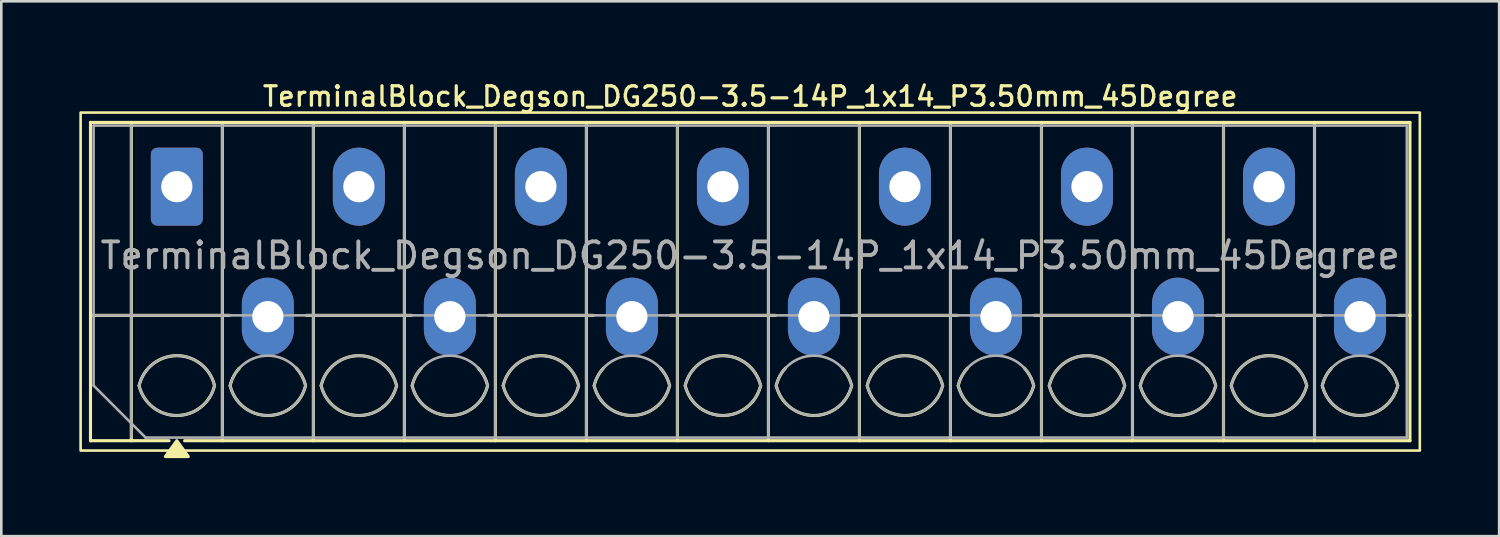
<source format=kicad_pcb>
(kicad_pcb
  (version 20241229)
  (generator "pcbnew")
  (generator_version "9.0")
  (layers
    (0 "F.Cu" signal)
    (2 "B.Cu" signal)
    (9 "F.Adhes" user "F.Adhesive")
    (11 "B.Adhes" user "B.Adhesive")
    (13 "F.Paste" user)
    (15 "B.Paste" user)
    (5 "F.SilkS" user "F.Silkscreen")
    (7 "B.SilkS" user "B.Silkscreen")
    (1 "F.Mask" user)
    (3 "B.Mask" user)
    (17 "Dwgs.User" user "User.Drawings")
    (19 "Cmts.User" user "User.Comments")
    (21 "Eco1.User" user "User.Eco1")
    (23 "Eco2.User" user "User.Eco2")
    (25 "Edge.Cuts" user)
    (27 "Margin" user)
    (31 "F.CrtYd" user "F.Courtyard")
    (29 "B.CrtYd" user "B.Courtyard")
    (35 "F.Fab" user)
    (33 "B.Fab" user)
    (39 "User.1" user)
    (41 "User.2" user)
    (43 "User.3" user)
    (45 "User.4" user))
  (footprint "TerminalBlock_Degson_DG250-3.5-14P_1x14_P3.50mm_45Degree"
    (layer "F.Cu")
    (at 3.75 4.128)
    (property "Reference" "TerminalBlock_Degson_DG250-3.5-14P_1x14_P3.50mm_45Degree" (at 22.05 -3.47 0) (layer "F.SilkS") (effects (font (size 0.75 0.75) (thickness 0.125))))
    (attr through_hole)
    (fp_line (start -3.32 -2.47) (end 47.42 -2.47) (stroke (width 0.12) (type solid)) (layer "F.SilkS"))
    (fp_line (start -3.32 4.95) (end 2.02 4.95) (stroke (width 0.12) (type solid)) (layer "F.SilkS"))
    (fp_line (start -3.32 9.77) (end -3.32 -2.47) (stroke (width 0.12) (type solid)) (layer "F.SilkS"))
    (fp_line (start -1.75 -2.47) (end -1.75 9.77) (stroke (width 0.12) (type solid)) (layer "F.SilkS"))
    (fp_line (start -0.3 9.77) (end -3.32 9.77) (stroke (width 0.12) (type solid)) (layer "F.SilkS"))
    (fp_line (start 1.75 -2.47) (end 1.75 9.77) (stroke (width 0.12) (type solid)) (layer "F.SilkS"))
    (fp_line (start 4.98 4.95) (end 9.02 4.95) (stroke (width 0.12) (type solid)) (layer "F.SilkS"))
    (fp_line (start 5.25 -2.47) (end 5.25 9.77) (stroke (width 0.12) (type solid)) (layer "F.SilkS"))
    (fp_line (start 8.75 -2.47) (end 8.75 9.77) (stroke (width 0.12) (type solid)) (layer "F.SilkS"))
    (fp_line (start 11.98 4.95) (end 16.02 4.95) (stroke (width 0.12) (type solid)) (layer "F.SilkS"))
    (fp_line (start 12.25 -2.47) (end 12.25 9.77) (stroke (width 0.12) (type solid)) (layer "F.SilkS"))
    (fp_line (start 15.75 -2.47) (end 15.75 9.77) (stroke (width 0.12) (type solid)) (layer "F.SilkS"))
    (fp_line (start 18.98 4.95) (end 23.02 4.95) (stroke (width 0.12) (type solid)) (layer "F.SilkS"))
    (fp_line (start 19.25 -2.47) (end 19.25 9.77) (stroke (width 0.12) (type solid)) (layer "F.SilkS"))
    (fp_line (start 22.75 -2.47) (end 22.75 9.77) (stroke (width 0.12) (type solid)) (layer "F.SilkS"))
    (fp_line (start 25.98 4.95) (end 30.02 4.95) (stroke (width 0.12) (type solid)) (layer "F.SilkS"))
    (fp_line (start 26.25 -2.47) (end 26.25 9.77) (stroke (width 0.12) (type solid)) (layer "F.SilkS"))
    (fp_line (start 29.75 -2.47) (end 29.75 9.77) (stroke (width 0.12) (type solid)) (layer "F.SilkS"))
    (fp_line (start 32.98 4.95) (end 37.02 4.95) (stroke (width 0.12) (type solid)) (layer "F.SilkS"))
    (fp_line (start 33.25 -2.47) (end 33.25 9.77) (stroke (width 0.12) (type solid)) (layer "F.SilkS"))
    (fp_line (start 36.75 -2.47) (end 36.75 9.77) (stroke (width 0.12) (type solid)) (layer "F.SilkS"))
    (fp_line (start 39.98 4.95) (end 44.02 4.95) (stroke (width 0.12) (type solid)) (layer "F.SilkS"))
    (fp_line (start 40.25 -2.47) (end 40.25 9.77) (stroke (width 0.12) (type solid)) (layer "F.SilkS"))
    (fp_line (start 43.75 -2.47) (end 43.75 9.77) (stroke (width 0.12) (type solid)) (layer "F.SilkS"))
    (fp_line (start 46.98 4.95) (end 47.42 4.95) (stroke (width 0.12) (type solid)) (layer "F.SilkS"))
    (fp_line (start 47.42 -2.47) (end 47.42 9.77) (stroke (width 0.12) (type solid)) (layer "F.SilkS"))
    (fp_line (start 47.42 9.77) (end 0.3 9.77) (stroke (width 0.12) (type solid)) (layer "F.SilkS"))
    (fp_rect (start -3.7 -2.85) (end 47.8 10.15) (stroke (width 0.1) (type solid)) (fill no) (layer "F.SilkS"))
    (fp_arc (start -1.45 7.65) (mid 0 6.5) (end 1.45 7.65) (stroke (width 0.12) (type solid)) (layer "F.SilkS"))
    (fp_arc (start 1.45 7.65) (mid 0 8.8) (end -1.45 7.65) (stroke (width 0.12) (type solid)) (layer "F.SilkS"))
    (fp_arc (start 2.05 7.65) (mid 2.18402 7.291962) (end 2.405 6.98) (stroke (width 0.12) (type solid)) (layer "F.SilkS"))
    (fp_arc (start 4.595 6.98) (mid 4.81598 7.291962) (end 4.95 7.65) (stroke (width 0.12) (type solid)) (layer "F.SilkS"))
    (fp_arc (start 4.95 7.65) (mid 3.5 8.8) (end 2.05 7.65) (stroke (width 0.12) (type solid)) (layer "F.SilkS"))
    (fp_arc (start 5.55 7.65) (mid 7 6.5) (end 8.45 7.65) (stroke (width 0.12) (type solid)) (layer "F.SilkS"))
    (fp_arc (start 8.45 7.65) (mid 7 8.8) (end 5.55 7.65) (stroke (width 0.12) (type solid)) (layer "F.SilkS"))
    (fp_arc (start 9.05 7.65) (mid 9.18402 7.291962) (end 9.405 6.98) (stroke (width 0.12) (type solid)) (layer "F.SilkS"))
    (fp_arc (start 11.595 6.98) (mid 11.81598 7.291962) (end 11.95 7.65) (stroke (width 0.12) (type solid)) (layer "F.SilkS"))
    (fp_arc (start 11.95 7.65) (mid 10.5 8.8) (end 9.05 7.65) (stroke (width 0.12) (type solid)) (layer "F.SilkS"))
    (fp_arc (start 12.55 7.65) (mid 14 6.5) (end 15.45 7.65) (stroke (width 0.12) (type solid)) (layer "F.SilkS"))
    (fp_arc (start 15.45 7.65) (mid 14 8.8) (end 12.55 7.65) (stroke (width 0.12) (type solid)) (layer "F.SilkS"))
    (fp_arc (start 16.05 7.65) (mid 16.18402 7.291962) (end 16.405 6.98) (stroke (width 0.12) (type solid)) (layer "F.SilkS"))
    (fp_arc (start 18.595 6.98) (mid 18.81598 7.291962) (end 18.95 7.65) (stroke (width 0.12) (type solid)) (layer "F.SilkS"))
    (fp_arc (start 18.95 7.65) (mid 17.5 8.8) (end 16.05 7.65) (stroke (width 0.12) (type solid)) (layer "F.SilkS"))
    (fp_arc (start 19.55 7.65) (mid 21 6.5) (end 22.45 7.65) (stroke (width 0.12) (type solid)) (layer "F.SilkS"))
    (fp_arc (start 22.45 7.65) (mid 21 8.8) (end 19.55 7.65) (stroke (width 0.12) (type solid)) (layer "F.SilkS"))
    (fp_arc (start 23.05 7.65) (mid 23.18402 7.291962) (end 23.405 6.98) (stroke (width 0.12) (type solid)) (layer "F.SilkS"))
    (fp_arc (start 25.595 6.98) (mid 25.81598 7.291962) (end 25.95 7.65) (stroke (width 0.12) (type solid)) (layer "F.SilkS"))
    (fp_arc (start 25.95 7.65) (mid 24.5 8.8) (end 23.05 7.65) (stroke (width 0.12) (type solid)) (layer "F.SilkS"))
    (fp_arc (start 26.55 7.65) (mid 28 6.5) (end 29.45 7.65) (stroke (width 0.12) (type solid)) (layer "F.SilkS"))
    (fp_arc (start 29.45 7.65) (mid 28 8.8) (end 26.55 7.65) (stroke (width 0.12) (type solid)) (layer "F.SilkS"))
    (fp_arc (start 30.05 7.65) (mid 30.18402 7.291962) (end 30.405 6.98) (stroke (width 0.12) (type solid)) (layer "F.SilkS"))
    (fp_arc (start 32.595 6.98) (mid 32.81598 7.291962) (end 32.95 7.65) (stroke (width 0.12) (type solid)) (layer "F.SilkS"))
    (fp_arc (start 32.95 7.65) (mid 31.5 8.8) (end 30.05 7.65) (stroke (width 0.12) (type solid)) (layer "F.SilkS"))
    (fp_arc (start 33.55 7.65) (mid 35 6.5) (end 36.45 7.65) (stroke (width 0.12) (type solid)) (layer "F.SilkS"))
    (fp_arc (start 36.45 7.65) (mid 35 8.8) (end 33.55 7.65) (stroke (width 0.12) (type solid)) (layer "F.SilkS"))
    (fp_arc (start 37.05 7.65) (mid 37.18402 7.291962) (end 37.405 6.98) (stroke (width 0.12) (type solid)) (layer "F.SilkS"))
    (fp_arc (start 39.595 6.98) (mid 39.81598 7.291962) (end 39.95 7.65) (stroke (width 0.12) (type solid)) (layer "F.SilkS"))
    (fp_arc (start 39.95 7.65) (mid 38.5 8.8) (end 37.05 7.65) (stroke (width 0.12) (type solid)) (layer "F.SilkS"))
    (fp_arc (start 40.55 7.65) (mid 42 6.5) (end 43.45 7.65) (stroke (width 0.12) (type solid)) (layer "F.SilkS"))
    (fp_arc (start 43.45 7.65) (mid 42 8.8) (end 40.55 7.65) (stroke (width 0.12) (type solid)) (layer "F.SilkS"))
    (fp_arc (start 44.05 7.65) (mid 44.18402 7.291962) (end 44.405 6.98) (stroke (width 0.12) (type solid)) (layer "F.SilkS"))
    (fp_arc (start 46.595 6.98) (mid 46.81598 7.291962) (end 46.95 7.65) (stroke (width 0.12) (type solid)) (layer "F.SilkS"))
    (fp_arc (start 46.95 7.65) (mid 45.5 8.8) (end 44.05 7.65) (stroke (width 0.12) (type solid)) (layer "F.SilkS"))
    (fp_poly (pts (xy 0 9.77) (xy 0.44 10.38) (xy -0.44 10.38)) (stroke (width 0.12) (type solid)) (fill yes) (layer "F.SilkS"))
    (fp_line (start -3.2 -2.35) (end 47.3 -2.35) (stroke (width 0.1) (type solid)) (layer "F.Fab"))
    (fp_line (start -3.2 4.95) (end 47.3 4.95) (stroke (width 0.1) (type solid)) (layer "F.Fab"))
    (fp_line (start -3.2 7.65) (end -3.2 -2.35) (stroke (width 0.1) (type solid)) (layer "F.Fab"))
    (fp_line (start -1.75 -2.35) (end -1.75 9.65) (stroke (width 0.1) (type solid)) (layer "F.Fab"))
    (fp_line (start -1.2 9.65) (end -3.2 7.65) (stroke (width 0.1) (type solid)) (layer "F.Fab"))
    (fp_line (start 1.75 -2.35) (end 1.75 9.65) (stroke (width 0.1) (type solid)) (layer "F.Fab"))
    (fp_line (start 5.25 -2.35) (end 5.25 9.65) (stroke (width 0.1) (type solid)) (layer "F.Fab"))
    (fp_line (start 8.75 -2.35) (end 8.75 9.65) (stroke (width 0.1) (type solid)) (layer "F.Fab"))
    (fp_line (start 12.25 -2.35) (end 12.25 9.65) (stroke (width 0.1) (type solid)) (layer "F.Fab"))
    (fp_line (start 15.75 -2.35) (end 15.75 9.65) (stroke (width 0.1) (type solid)) (layer "F.Fab"))
    (fp_line (start 19.25 -2.35) (end 19.25 9.65) (stroke (width 0.1) (type solid)) (layer "F.Fab"))
    (fp_line (start 22.75 -2.35) (end 22.75 9.65) (stroke (width 0.1) (type solid)) (layer "F.Fab"))
    (fp_line (start 26.25 -2.35) (end 26.25 9.65) (stroke (width 0.1) (type solid)) (layer "F.Fab"))
    (fp_line (start 29.75 -2.35) (end 29.75 9.65) (stroke (width 0.1) (type solid)) (layer "F.Fab"))
    (fp_line (start 33.25 -2.35) (end 33.25 9.65) (stroke (width 0.1) (type solid)) (layer "F.Fab"))
    (fp_line (start 36.75 -2.35) (end 36.75 9.65) (stroke (width 0.1) (type solid)) (layer "F.Fab"))
    (fp_line (start 40.25 -2.35) (end 40.25 9.65) (stroke (width 0.1) (type solid)) (layer "F.Fab"))
    (fp_line (start 43.75 -2.35) (end 43.75 9.65) (stroke (width 0.1) (type solid)) (layer "F.Fab"))
    (fp_line (start 47.3 -2.35) (end 47.3 9.65) (stroke (width 0.1) (type solid)) (layer "F.Fab"))
    (fp_line (start 47.3 9.65) (end -1.2 9.65) (stroke (width 0.1) (type solid)) (layer "F.Fab"))
    (fp_arc (start -1.45 7.65) (mid 0 6.5) (end 1.45 7.65) (stroke (width 0.1) (type solid)) (layer "F.Fab"))
    (fp_arc (start 1.45 7.65) (mid 0 8.8) (end -1.45 7.65) (stroke (width 0.1) (type solid)) (layer "F.Fab"))
    (fp_arc (start 2.05 7.65) (mid 3.5 6.5) (end 4.95 7.65) (stroke (width 0.1) (type solid)) (layer "F.Fab"))
    (fp_arc (start 4.95 7.65) (mid 3.5 8.8) (end 2.05 7.65) (stroke (width 0.1) (type solid)) (layer "F.Fab"))
    (fp_arc (start 5.55 7.65) (mid 7 6.5) (end 8.45 7.65) (stroke (width 0.1) (type solid)) (layer "F.Fab"))
    (fp_arc (start 8.45 7.65) (mid 7 8.8) (end 5.55 7.65) (stroke (width 0.1) (type solid)) (layer "F.Fab"))
    (fp_arc (start 9.05 7.65) (mid 10.5 6.5) (end 11.95 7.65) (stroke (width 0.1) (type solid)) (layer "F.Fab"))
    (fp_arc (start 11.95 7.65) (mid 10.5 8.8) (end 9.05 7.65) (stroke (width 0.1) (type solid)) (layer "F.Fab"))
    (fp_arc (start 12.55 7.65) (mid 14 6.5) (end 15.45 7.65) (stroke (width 0.1) (type solid)) (layer "F.Fab"))
    (fp_arc (start 15.45 7.65) (mid 14 8.8) (end 12.55 7.65) (stroke (width 0.1) (type solid)) (layer "F.Fab"))
    (fp_arc (start 16.05 7.65) (mid 17.5 6.5) (end 18.95 7.65) (stroke (width 0.1) (type solid)) (layer "F.Fab"))
    (fp_arc (start 18.95 7.65) (mid 17.5 8.8) (end 16.05 7.65) (stroke (width 0.1) (type solid)) (layer "F.Fab"))
    (fp_arc (start 19.55 7.65) (mid 21 6.5) (end 22.45 7.65) (stroke (width 0.1) (type solid)) (layer "F.Fab"))
    (fp_arc (start 22.45 7.65) (mid 21 8.8) (end 19.55 7.65) (stroke (width 0.1) (type solid)) (layer "F.Fab"))
    (fp_arc (start 23.05 7.65) (mid 24.5 6.5) (end 25.95 7.65) (stroke (width 0.1) (type solid)) (layer "F.Fab"))
    (fp_arc (start 25.95 7.65) (mid 24.5 8.8) (end 23.05 7.65) (stroke (width 0.1) (type solid)) (layer "F.Fab"))
    (fp_arc (start 26.55 7.65) (mid 28 6.5) (end 29.45 7.65) (stroke (width 0.1) (type solid)) (layer "F.Fab"))
    (fp_arc (start 29.45 7.65) (mid 28 8.8) (end 26.55 7.65) (stroke (width 0.1) (type solid)) (layer "F.Fab"))
    (fp_arc (start 30.05 7.65) (mid 31.5 6.5) (end 32.95 7.65) (stroke (width 0.1) (type solid)) (layer "F.Fab"))
    (fp_arc (start 32.95 7.65) (mid 31.5 8.8) (end 30.05 7.65) (stroke (width 0.1) (type solid)) (layer "F.Fab"))
    (fp_arc (start 33.55 7.65) (mid 35 6.5) (end 36.45 7.65) (stroke (width 0.1) (type solid)) (layer "F.Fab"))
    (fp_arc (start 36.45 7.65) (mid 35 8.8) (end 33.55 7.65) (stroke (width 0.1) (type solid)) (layer "F.Fab"))
    (fp_arc (start 37.05 7.65) (mid 38.5 6.5) (end 39.95 7.65) (stroke (width 0.1) (type solid)) (layer "F.Fab"))
    (fp_arc (start 39.95 7.65) (mid 38.5 8.8) (end 37.05 7.65) (stroke (width 0.1) (type solid)) (layer "F.Fab"))
    (fp_arc (start 40.55 7.65) (mid 42 6.5) (end 43.45 7.65) (stroke (width 0.1) (type solid)) (layer "F.Fab"))
    (fp_arc (start 43.45 7.65) (mid 42 8.8) (end 40.55 7.65) (stroke (width 0.1) (type solid)) (layer "F.Fab"))
    (fp_arc (start 44.05 7.65) (mid 45.5 6.5) (end 46.95 7.65) (stroke (width 0.1) (type solid)) (layer "F.Fab"))
    (fp_arc (start 46.95 7.65) (mid 45.5 8.8) (end 44.05 7.65) (stroke (width 0.1) (type solid)) (layer "F.Fab"))
    (fp_text user "${REFERENCE}" (at 22.05 2.65 0) (layer "F.Fab") (effects (font (size 1 1) (thickness 0.15))))
    (pad "1" thru_hole roundrect (at 0 0) (size 2 3) (drill 1.2) (layers "*.Cu" "*.Mask") (roundrect_rratio 0.125))
    (pad "2" thru_hole oval (at 3.5 5) (size 2 3) (drill 1.2) (layers "*.Cu" "*.Mask"))
    (pad "3" thru_hole oval (at 7 0) (size 2 3) (drill 1.2) (layers "*.Cu" "*.Mask"))
    (pad "4" thru_hole oval (at 10.5 5) (size 2 3) (drill 1.2) (layers "*.Cu" "*.Mask"))
    (pad "5" thru_hole oval (at 14 0) (size 2 3) (drill 1.2) (layers "*.Cu" "*.Mask"))
    (pad "6" thru_hole oval (at 17.5 5) (size 2 3) (drill 1.2) (layers "*.Cu" "*.Mask"))
    (pad "7" thru_hole oval (at 21 0) (size 2 3) (drill 1.2) (layers "*.Cu" "*.Mask"))
    (pad "8" thru_hole oval (at 24.5 5) (size 2 3) (drill 1.2) (layers "*.Cu" "*.Mask"))
    (pad "9" thru_hole oval (at 28 0) (size 2 3) (drill 1.2) (layers "*.Cu" "*.Mask"))
    (pad "10" thru_hole oval (at 31.5 5) (size 2 3) (drill 1.2) (layers "*.Cu" "*.Mask"))
    (pad "11" thru_hole oval (at 35 0) (size 2 3) (drill 1.2) (layers "*.Cu" "*.Mask"))
    (pad "12" thru_hole oval (at 38.5 5) (size 2 3) (drill 1.2) (layers "*.Cu" "*.Mask"))
    (pad "13" thru_hole oval (at 42 0) (size 2 3) (drill 1.2) (layers "*.Cu" "*.Mask"))
    (pad "14" thru_hole oval (at 45.5 5) (size 2 3) (drill 1.2) (layers "*.Cu" "*.Mask")))
  (gr_rect
    (start -3 -3)
    (end 54.6 17.568)
    (stroke (width 0.1) (type default))
    (fill no)
    (layer "Edge.Cuts")))
</source>
